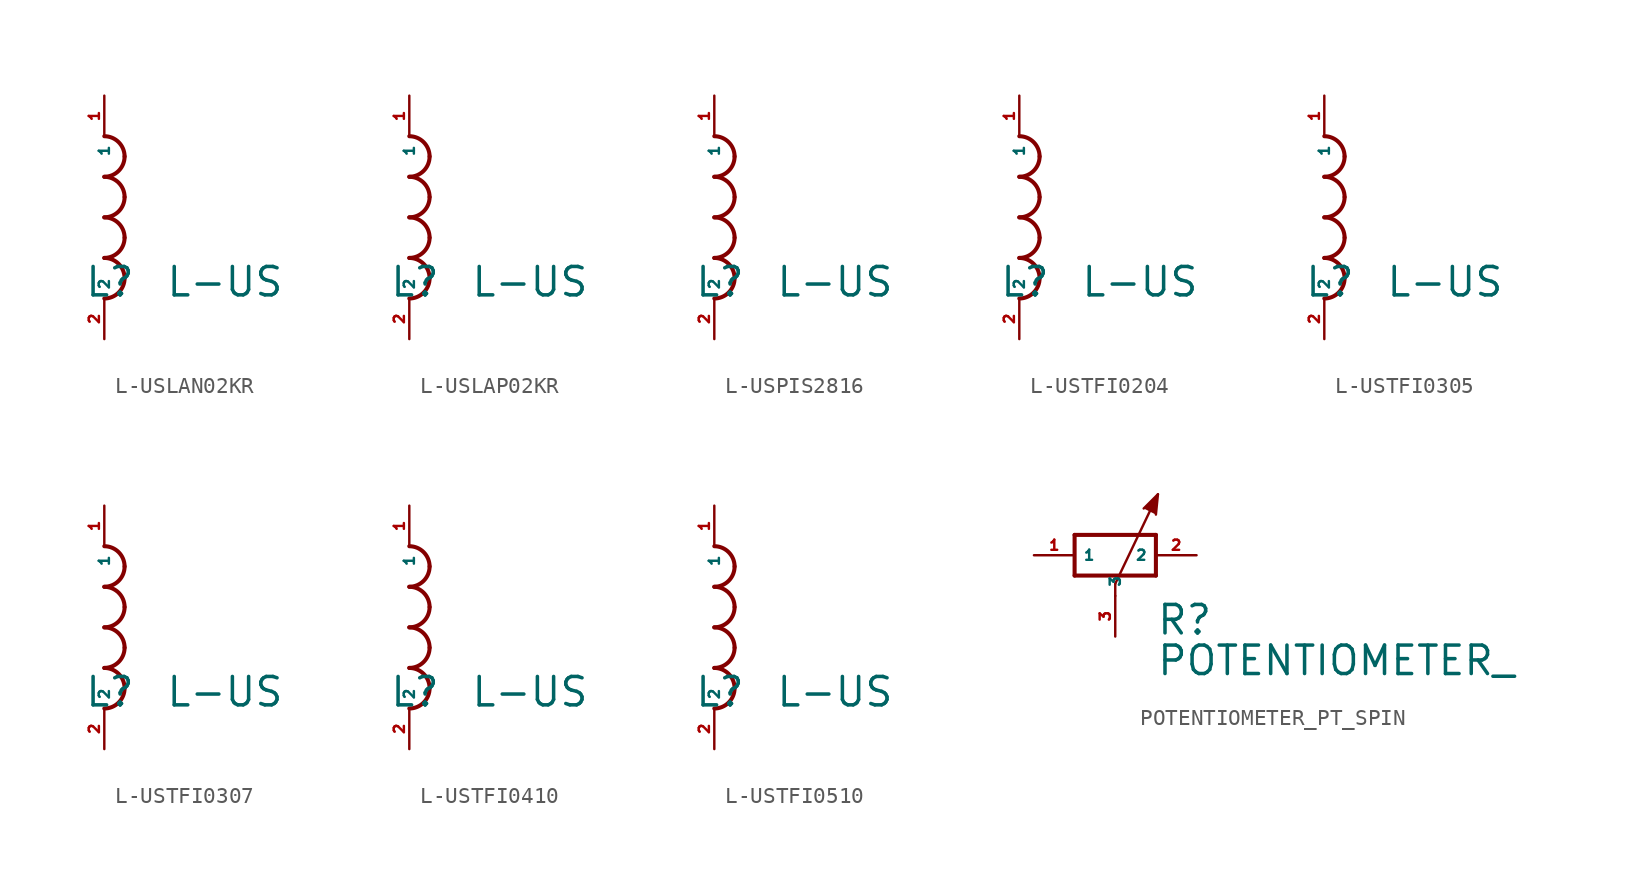
<source format=kicad_sym>
(kicad_symbol_lib
  (version 20220914)
  (generator Eagle2Kicad)
  (symbol "L-USLAN02KR"
    (property "Reference" "L"
      (at -1.27 -5.08 0)
      (effects (font (size 1.778 1.778) (thickness 0.22)) (justify left bottom)))
    (property "Value" "L-US"
      (at 3.81 -5.08 0)
      (effects (font (size 1.778 1.778) (thickness 0.22)) (justify left bottom)))
    (arc
      (start 1.27 3.81)
      (mid 0.898 4.708)
      (end 0 5.08)
      (stroke (width 0.254) (type default))
      (fill (type none)))
    (arc
      (start 0 2.54)
      (mid 0.898 2.912)
      (end 1.27 3.81)
      (stroke (width 0.254) (type default))
      (fill (type none)))
    (arc
      (start 1.27 1.27)
      (mid 0.898 2.168)
      (end 0 2.54)
      (stroke (width 0.254) (type default))
      (fill (type none)))
    (arc
      (start 0 0)
      (mid 0.898 0.372)
      (end 1.27 1.27)
      (stroke (width 0.254) (type default))
      (fill (type none)))
    (arc
      (start 1.27 -1.27)
      (mid 0.898 -0.372)
      (end 0 0)
      (stroke (width 0.254) (type default))
      (fill (type none)))
    (arc
      (start 0 -2.54)
      (mid 0.898 -2.168)
      (end 1.27 -1.27)
      (stroke (width 0.254) (type default))
      (fill (type none)))
    (arc
      (start 1.27 -3.81)
      (mid 0.898 -2.912)
      (end 0 -2.54)
      (stroke (width 0.254) (type default))
      (fill (type none)))
    (arc
      (start 0 -5.08)
      (mid 0.898 -4.708)
      (end 1.27 -3.81)
      (stroke (width 0.254) (type default))
      (fill (type none)))
    (pin passive line
      (at 0 -7.62 90)
      (length 2.54)
      (name "2" (effects (font (size 0.635 0.635) (thickness 0.08)) (justify left bottom)))
      (number "2" (effects (font (size 0.635 0.635) (thickness 0.08)) (justify left bottom))))
    (pin passive line
      (at 0 7.62 270)
      (length 2.54)
      (name "1" (effects (font (size 0.635 0.635) (thickness 0.08)) (justify left bottom)))
      (number "1" (effects (font (size 0.635 0.635) (thickness 0.08)) (justify left bottom)))))
  (symbol "L-USLAP02KR"
    (property "Reference" "L"
      (at -1.27 -5.08 0)
      (effects (font (size 1.778 1.778) (thickness 0.22)) (justify left bottom)))
    (property "Value" "L-US"
      (at 3.81 -5.08 0)
      (effects (font (size 1.778 1.778) (thickness 0.22)) (justify left bottom)))
    (arc
      (start 1.27 3.81)
      (mid 0.898 4.708)
      (end 0 5.08)
      (stroke (width 0.254) (type default))
      (fill (type none)))
    (arc
      (start 0 2.54)
      (mid 0.898 2.912)
      (end 1.27 3.81)
      (stroke (width 0.254) (type default))
      (fill (type none)))
    (arc
      (start 1.27 1.27)
      (mid 0.898 2.168)
      (end 0 2.54)
      (stroke (width 0.254) (type default))
      (fill (type none)))
    (arc
      (start 0 0)
      (mid 0.898 0.372)
      (end 1.27 1.27)
      (stroke (width 0.254) (type default))
      (fill (type none)))
    (arc
      (start 1.27 -1.27)
      (mid 0.898 -0.372)
      (end 0 0)
      (stroke (width 0.254) (type default))
      (fill (type none)))
    (arc
      (start 0 -2.54)
      (mid 0.898 -2.168)
      (end 1.27 -1.27)
      (stroke (width 0.254) (type default))
      (fill (type none)))
    (arc
      (start 1.27 -3.81)
      (mid 0.898 -2.912)
      (end 0 -2.54)
      (stroke (width 0.254) (type default))
      (fill (type none)))
    (arc
      (start 0 -5.08)
      (mid 0.898 -4.708)
      (end 1.27 -3.81)
      (stroke (width 0.254) (type default))
      (fill (type none)))
    (pin passive line
      (at 0 -7.62 90)
      (length 2.54)
      (name "2" (effects (font (size 0.635 0.635) (thickness 0.08)) (justify left bottom)))
      (number "2" (effects (font (size 0.635 0.635) (thickness 0.08)) (justify left bottom))))
    (pin passive line
      (at 0 7.62 270)
      (length 2.54)
      (name "1" (effects (font (size 0.635 0.635) (thickness 0.08)) (justify left bottom)))
      (number "1" (effects (font (size 0.635 0.635) (thickness 0.08)) (justify left bottom)))))
  (symbol "L-USPIS2816"
    (property "Reference" "L"
      (at -1.27 -5.08 0)
      (effects (font (size 1.778 1.778) (thickness 0.22)) (justify left bottom)))
    (property "Value" "L-US"
      (at 3.81 -5.08 0)
      (effects (font (size 1.778 1.778) (thickness 0.22)) (justify left bottom)))
    (arc
      (start 1.27 3.81)
      (mid 0.898 4.708)
      (end 0 5.08)
      (stroke (width 0.254) (type default))
      (fill (type none)))
    (arc
      (start 0 2.54)
      (mid 0.898 2.912)
      (end 1.27 3.81)
      (stroke (width 0.254) (type default))
      (fill (type none)))
    (arc
      (start 1.27 1.27)
      (mid 0.898 2.168)
      (end 0 2.54)
      (stroke (width 0.254) (type default))
      (fill (type none)))
    (arc
      (start 0 0)
      (mid 0.898 0.372)
      (end 1.27 1.27)
      (stroke (width 0.254) (type default))
      (fill (type none)))
    (arc
      (start 1.27 -1.27)
      (mid 0.898 -0.372)
      (end 0 0)
      (stroke (width 0.254) (type default))
      (fill (type none)))
    (arc
      (start 0 -2.54)
      (mid 0.898 -2.168)
      (end 1.27 -1.27)
      (stroke (width 0.254) (type default))
      (fill (type none)))
    (arc
      (start 1.27 -3.81)
      (mid 0.898 -2.912)
      (end 0 -2.54)
      (stroke (width 0.254) (type default))
      (fill (type none)))
    (arc
      (start 0 -5.08)
      (mid 0.898 -4.708)
      (end 1.27 -3.81)
      (stroke (width 0.254) (type default))
      (fill (type none)))
    (pin passive line
      (at 0 -7.62 90)
      (length 2.54)
      (name "2" (effects (font (size 0.635 0.635) (thickness 0.08)) (justify left bottom)))
      (number "2" (effects (font (size 0.635 0.635) (thickness 0.08)) (justify left bottom))))
    (pin passive line
      (at 0 7.62 270)
      (length 2.54)
      (name "1" (effects (font (size 0.635 0.635) (thickness 0.08)) (justify left bottom)))
      (number "1" (effects (font (size 0.635 0.635) (thickness 0.08)) (justify left bottom)))))
  (symbol "L-USTFI0204"
    (property "Reference" "L"
      (at -1.27 -5.08 0)
      (effects (font (size 1.778 1.778) (thickness 0.22)) (justify left bottom)))
    (property "Value" "L-US"
      (at 3.81 -5.08 0)
      (effects (font (size 1.778 1.778) (thickness 0.22)) (justify left bottom)))
    (arc
      (start 1.27 3.81)
      (mid 0.898 4.708)
      (end 0 5.08)
      (stroke (width 0.254) (type default))
      (fill (type none)))
    (arc
      (start 0 2.54)
      (mid 0.898 2.912)
      (end 1.27 3.81)
      (stroke (width 0.254) (type default))
      (fill (type none)))
    (arc
      (start 1.27 1.27)
      (mid 0.898 2.168)
      (end 0 2.54)
      (stroke (width 0.254) (type default))
      (fill (type none)))
    (arc
      (start 0 0)
      (mid 0.898 0.372)
      (end 1.27 1.27)
      (stroke (width 0.254) (type default))
      (fill (type none)))
    (arc
      (start 1.27 -1.27)
      (mid 0.898 -0.372)
      (end 0 0)
      (stroke (width 0.254) (type default))
      (fill (type none)))
    (arc
      (start 0 -2.54)
      (mid 0.898 -2.168)
      (end 1.27 -1.27)
      (stroke (width 0.254) (type default))
      (fill (type none)))
    (arc
      (start 1.27 -3.81)
      (mid 0.898 -2.912)
      (end 0 -2.54)
      (stroke (width 0.254) (type default))
      (fill (type none)))
    (arc
      (start 0 -5.08)
      (mid 0.898 -4.708)
      (end 1.27 -3.81)
      (stroke (width 0.254) (type default))
      (fill (type none)))
    (pin passive line
      (at 0 -7.62 90)
      (length 2.54)
      (name "2" (effects (font (size 0.635 0.635) (thickness 0.08)) (justify left bottom)))
      (number "2" (effects (font (size 0.635 0.635) (thickness 0.08)) (justify left bottom))))
    (pin passive line
      (at 0 7.62 270)
      (length 2.54)
      (name "1" (effects (font (size 0.635 0.635) (thickness 0.08)) (justify left bottom)))
      (number "1" (effects (font (size 0.635 0.635) (thickness 0.08)) (justify left bottom)))))
  (symbol "L-USTFI0305"
    (property "Reference" "L"
      (at -1.27 -5.08 0)
      (effects (font (size 1.778 1.778) (thickness 0.22)) (justify left bottom)))
    (property "Value" "L-US"
      (at 3.81 -5.08 0)
      (effects (font (size 1.778 1.778) (thickness 0.22)) (justify left bottom)))
    (arc
      (start 1.27 3.81)
      (mid 0.898 4.708)
      (end 0 5.08)
      (stroke (width 0.254) (type default))
      (fill (type none)))
    (arc
      (start 0 2.54)
      (mid 0.898 2.912)
      (end 1.27 3.81)
      (stroke (width 0.254) (type default))
      (fill (type none)))
    (arc
      (start 1.27 1.27)
      (mid 0.898 2.168)
      (end 0 2.54)
      (stroke (width 0.254) (type default))
      (fill (type none)))
    (arc
      (start 0 0)
      (mid 0.898 0.372)
      (end 1.27 1.27)
      (stroke (width 0.254) (type default))
      (fill (type none)))
    (arc
      (start 1.27 -1.27)
      (mid 0.898 -0.372)
      (end 0 0)
      (stroke (width 0.254) (type default))
      (fill (type none)))
    (arc
      (start 0 -2.54)
      (mid 0.898 -2.168)
      (end 1.27 -1.27)
      (stroke (width 0.254) (type default))
      (fill (type none)))
    (arc
      (start 1.27 -3.81)
      (mid 0.898 -2.912)
      (end 0 -2.54)
      (stroke (width 0.254) (type default))
      (fill (type none)))
    (arc
      (start 0 -5.08)
      (mid 0.898 -4.708)
      (end 1.27 -3.81)
      (stroke (width 0.254) (type default))
      (fill (type none)))
    (pin passive line
      (at 0 -7.62 90)
      (length 2.54)
      (name "2" (effects (font (size 0.635 0.635) (thickness 0.08)) (justify left bottom)))
      (number "2" (effects (font (size 0.635 0.635) (thickness 0.08)) (justify left bottom))))
    (pin passive line
      (at 0 7.62 270)
      (length 2.54)
      (name "1" (effects (font (size 0.635 0.635) (thickness 0.08)) (justify left bottom)))
      (number "1" (effects (font (size 0.635 0.635) (thickness 0.08)) (justify left bottom)))))
  (symbol "L-USTFI0307"
    (property "Reference" "L"
      (at -1.27 -5.08 0)
      (effects (font (size 1.778 1.778) (thickness 0.22)) (justify left bottom)))
    (property "Value" "L-US"
      (at 3.81 -5.08 0)
      (effects (font (size 1.778 1.778) (thickness 0.22)) (justify left bottom)))
    (arc
      (start 1.27 3.81)
      (mid 0.898 4.708)
      (end 0 5.08)
      (stroke (width 0.254) (type default))
      (fill (type none)))
    (arc
      (start 0 2.54)
      (mid 0.898 2.912)
      (end 1.27 3.81)
      (stroke (width 0.254) (type default))
      (fill (type none)))
    (arc
      (start 1.27 1.27)
      (mid 0.898 2.168)
      (end 0 2.54)
      (stroke (width 0.254) (type default))
      (fill (type none)))
    (arc
      (start 0 0)
      (mid 0.898 0.372)
      (end 1.27 1.27)
      (stroke (width 0.254) (type default))
      (fill (type none)))
    (arc
      (start 1.27 -1.27)
      (mid 0.898 -0.372)
      (end 0 0)
      (stroke (width 0.254) (type default))
      (fill (type none)))
    (arc
      (start 0 -2.54)
      (mid 0.898 -2.168)
      (end 1.27 -1.27)
      (stroke (width 0.254) (type default))
      (fill (type none)))
    (arc
      (start 1.27 -3.81)
      (mid 0.898 -2.912)
      (end 0 -2.54)
      (stroke (width 0.254) (type default))
      (fill (type none)))
    (arc
      (start 0 -5.08)
      (mid 0.898 -4.708)
      (end 1.27 -3.81)
      (stroke (width 0.254) (type default))
      (fill (type none)))
    (pin passive line
      (at 0 -7.62 90)
      (length 2.54)
      (name "2" (effects (font (size 0.635 0.635) (thickness 0.08)) (justify left bottom)))
      (number "2" (effects (font (size 0.635 0.635) (thickness 0.08)) (justify left bottom))))
    (pin passive line
      (at 0 7.62 270)
      (length 2.54)
      (name "1" (effects (font (size 0.635 0.635) (thickness 0.08)) (justify left bottom)))
      (number "1" (effects (font (size 0.635 0.635) (thickness 0.08)) (justify left bottom)))))
  (symbol "L-USTFI0410"
    (property "Reference" "L"
      (at -1.27 -5.08 0)
      (effects (font (size 1.778 1.778) (thickness 0.22)) (justify left bottom)))
    (property "Value" "L-US"
      (at 3.81 -5.08 0)
      (effects (font (size 1.778 1.778) (thickness 0.22)) (justify left bottom)))
    (arc
      (start 1.27 3.81)
      (mid 0.898 4.708)
      (end 0 5.08)
      (stroke (width 0.254) (type default))
      (fill (type none)))
    (arc
      (start 0 2.54)
      (mid 0.898 2.912)
      (end 1.27 3.81)
      (stroke (width 0.254) (type default))
      (fill (type none)))
    (arc
      (start 1.27 1.27)
      (mid 0.898 2.168)
      (end 0 2.54)
      (stroke (width 0.254) (type default))
      (fill (type none)))
    (arc
      (start 0 0)
      (mid 0.898 0.372)
      (end 1.27 1.27)
      (stroke (width 0.254) (type default))
      (fill (type none)))
    (arc
      (start 1.27 -1.27)
      (mid 0.898 -0.372)
      (end 0 0)
      (stroke (width 0.254) (type default))
      (fill (type none)))
    (arc
      (start 0 -2.54)
      (mid 0.898 -2.168)
      (end 1.27 -1.27)
      (stroke (width 0.254) (type default))
      (fill (type none)))
    (arc
      (start 1.27 -3.81)
      (mid 0.898 -2.912)
      (end 0 -2.54)
      (stroke (width 0.254) (type default))
      (fill (type none)))
    (arc
      (start 0 -5.08)
      (mid 0.898 -4.708)
      (end 1.27 -3.81)
      (stroke (width 0.254) (type default))
      (fill (type none)))
    (pin passive line
      (at 0 -7.62 90)
      (length 2.54)
      (name "2" (effects (font (size 0.635 0.635) (thickness 0.08)) (justify left bottom)))
      (number "2" (effects (font (size 0.635 0.635) (thickness 0.08)) (justify left bottom))))
    (pin passive line
      (at 0 7.62 270)
      (length 2.54)
      (name "1" (effects (font (size 0.635 0.635) (thickness 0.08)) (justify left bottom)))
      (number "1" (effects (font (size 0.635 0.635) (thickness 0.08)) (justify left bottom)))))
  (symbol "L-USTFI0510"
    (property "Reference" "L"
      (at -1.27 -5.08 0)
      (effects (font (size 1.778 1.778) (thickness 0.22)) (justify left bottom)))
    (property "Value" "L-US"
      (at 3.81 -5.08 0)
      (effects (font (size 1.778 1.778) (thickness 0.22)) (justify left bottom)))
    (arc
      (start 1.27 3.81)
      (mid 0.898 4.708)
      (end 0 5.08)
      (stroke (width 0.254) (type default))
      (fill (type none)))
    (arc
      (start 0 2.54)
      (mid 0.898 2.912)
      (end 1.27 3.81)
      (stroke (width 0.254) (type default))
      (fill (type none)))
    (arc
      (start 1.27 1.27)
      (mid 0.898 2.168)
      (end 0 2.54)
      (stroke (width 0.254) (type default))
      (fill (type none)))
    (arc
      (start 0 0)
      (mid 0.898 0.372)
      (end 1.27 1.27)
      (stroke (width 0.254) (type default))
      (fill (type none)))
    (arc
      (start 1.27 -1.27)
      (mid 0.898 -0.372)
      (end 0 0)
      (stroke (width 0.254) (type default))
      (fill (type none)))
    (arc
      (start 0 -2.54)
      (mid 0.898 -2.168)
      (end 1.27 -1.27)
      (stroke (width 0.254) (type default))
      (fill (type none)))
    (arc
      (start 1.27 -3.81)
      (mid 0.898 -2.912)
      (end 0 -2.54)
      (stroke (width 0.254) (type default))
      (fill (type none)))
    (arc
      (start 0 -5.08)
      (mid 0.898 -4.708)
      (end 1.27 -3.81)
      (stroke (width 0.254) (type default))
      (fill (type none)))
    (pin passive line
      (at 0 -7.62 90)
      (length 2.54)
      (name "2" (effects (font (size 0.635 0.635) (thickness 0.08)) (justify left bottom)))
      (number "2" (effects (font (size 0.635 0.635) (thickness 0.08)) (justify left bottom))))
    (pin passive line
      (at 0 7.62 270)
      (length 2.54)
      (name "1" (effects (font (size 0.635 0.635) (thickness 0.08)) (justify left bottom)))
      (number "1" (effects (font (size 0.635 0.635) (thickness 0.08)) (justify left bottom)))))
  (symbol "POTENTIOMETER_PT_SPIN"
    (property "Reference" "R"
      (at 2.54 -5.08 0)
      (effects (font (size 1.778 1.778) (thickness 0.22)) (justify left bottom)))
    (property "Value" "POTENTIOMETER_"
      (at 2.54 -7.62 0)
      (effects (font (size 1.778 1.778) (thickness 0.22)) (justify left bottom)))
    (polyline
      (pts (xy 2.54 2.54) (xy 2.667 3.81) (xy 1.778 2.921))
      (stroke (width 0.152) (type default))
      (fill (type outline)))
    (polyline
      (pts (xy -2.54 1.27) (xy -2.54 -1.27))
      (stroke (width 0.254) (type default))
      (fill (type none)))
    (polyline
      (pts (xy 2.54 -1.27) (xy 2.54 1.27))
      (stroke (width 0.254) (type default))
      (fill (type none)))
    (polyline
      (pts (xy 2.54 1.27) (xy -2.54 1.27))
      (stroke (width 0.254) (type default))
      (fill (type none)))
    (polyline
      (pts (xy 0 -1.778) (xy 2.667 3.81))
      (stroke (width 0.152) (type default))
      (fill (type none)))
    (polyline
      (pts (xy 0 -1.778) (xy 0 -2.54))
      (stroke (width 0.152) (type default))
      (fill (type none)))
    (polyline
      (pts (xy -2.54 -1.27) (xy 2.54 -1.27))
      (stroke (width 0.254) (type default))
      (fill (type none)))
    (pin passive line
      (at -5.08 0 0)
      (length 2.54)
      (name "1" (effects (font (size 0.635 0.635) (thickness 0.08)) (justify left bottom)))
      (number "1" (effects (font (size 0.635 0.635) (thickness 0.08)) (justify left bottom))))
    (pin passive line
      (at 5.08 0 180)
      (length 2.54)
      (name "2" (effects (font (size 0.635 0.635) (thickness 0.08)) (justify left bottom)))
      (number "2" (effects (font (size 0.635 0.635) (thickness 0.08)) (justify left bottom))))
    (pin passive line
      (at 0 -5.08 90)
      (length 2.54)
      (name "3" (effects (font (size 0.635 0.635) (thickness 0.08)) (justify left bottom)))
      (number "3" (effects (font (size 0.635 0.635) (thickness 0.08)) (justify left bottom))))))
</source>
